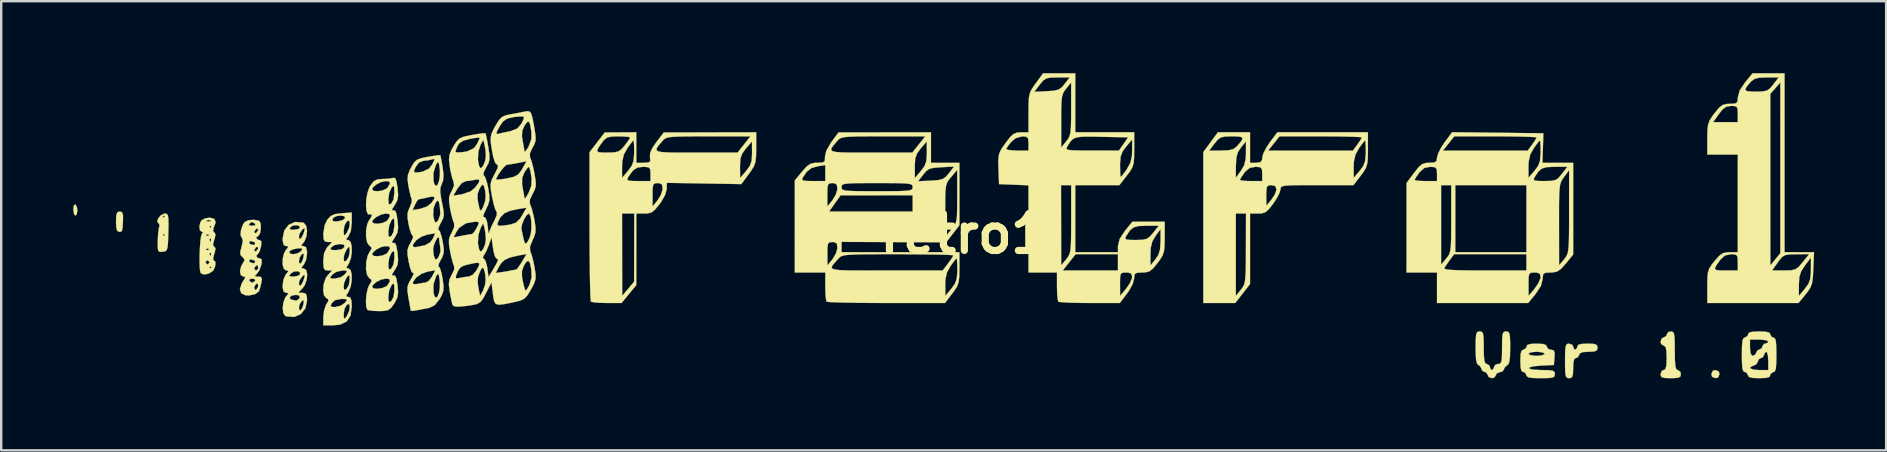
<source format=kicad_pcb>
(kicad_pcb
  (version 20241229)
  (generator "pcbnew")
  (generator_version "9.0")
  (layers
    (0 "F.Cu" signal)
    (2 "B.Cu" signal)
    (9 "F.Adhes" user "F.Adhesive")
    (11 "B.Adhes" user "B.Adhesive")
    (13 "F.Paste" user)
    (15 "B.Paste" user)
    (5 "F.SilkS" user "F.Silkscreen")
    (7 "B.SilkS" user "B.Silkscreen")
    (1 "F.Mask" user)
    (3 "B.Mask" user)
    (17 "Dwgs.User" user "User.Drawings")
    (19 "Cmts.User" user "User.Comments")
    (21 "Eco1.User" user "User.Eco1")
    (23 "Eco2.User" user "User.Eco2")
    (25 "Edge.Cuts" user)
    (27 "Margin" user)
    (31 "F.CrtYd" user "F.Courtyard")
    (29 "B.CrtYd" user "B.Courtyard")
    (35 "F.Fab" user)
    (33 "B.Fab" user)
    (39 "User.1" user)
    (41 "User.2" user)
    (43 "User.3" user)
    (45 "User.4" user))
  (footprint "retro1"
    (layer "F.Cu")
    (at 37.089 6.694)
    (property "Reference" "retro1" (at 0 0 0) (layer "F.SilkS") (effects (font (size 1.524 1.524) (thickness 0.3))))
    (attr through_hole)
    (fp_poly (pts (xy 31.468 5.733) (xy 31.496 5.842) (xy 31.436 5.984) (xy 31.327 6.011) (xy 31.185 5.951) (xy 31.157 5.842) (xy 31.217 5.7) (xy 31.327 5.673) (xy 31.468 5.733)) (stroke (width 0.01) (type solid)) (fill yes) (layer "F.SilkS"))
    (fp_poly (pts (xy -36.999 -1.228) (xy -36.934 -1.111) (xy -36.915 -0.969) (xy -36.944 -0.812) (xy -36.999 -0.762) (xy -37.058 -0.836) (xy -37.084 -1.014) (xy -37.084 -1.021) (xy -37.061 -1.19) (xy -37.002 -1.229) (xy -36.999 -1.228)) (stroke (width 0.01) (type solid)) (fill yes) (layer "F.SilkS"))
    (fp_poly (pts (xy -35.055 -0.902) (xy -35.015 -0.786) (xy -35.015 -0.572) (xy -35.029 -0.298) (xy -35.049 -0.153) (xy -35.088 -0.095) (xy -35.16 -0.085) (xy -35.179 -0.085) (xy -35.259 -0.13) (xy -35.298 -0.287) (xy -35.306 -0.508) (xy -35.296 -0.764) (xy -35.256 -0.892) (xy -35.172 -0.931) (xy -35.152 -0.931) (xy -35.055 -0.902)) (stroke (width 0.01) (type solid)) (fill yes) (layer "F.SilkS"))
    (fp_poly (pts (xy 29.543 4.076) (xy 29.592 4.134) (xy 29.62 4.268) (xy 29.631 4.51) (xy 29.633 4.868) (xy 29.638 5.252) (xy 29.655 5.494) (xy 29.688 5.625) (xy 29.742 5.671) (xy 29.76 5.673) (xy 29.864 5.743) (xy 29.887 5.842) (xy 29.865 5.944) (xy 29.77 5.994) (xy 29.562 6.011) (xy 29.464 6.011) (xy 29.21 6.002) (xy 29.083 5.965) (xy 29.042 5.881) (xy 29.041 5.842) (xy 29.094 5.704) (xy 29.168 5.673) (xy 29.241 5.634) (xy 29.281 5.495) (xy 29.294 5.226) (xy 29.295 5.165) (xy 29.285 4.87) (xy 29.25 4.711) (xy 29.183 4.658) (xy 29.168 4.657) (xy 29.064 4.586) (xy 29.041 4.487) (xy 29.094 4.349) (xy 29.168 4.318) (xy 29.28 4.25) (xy 29.295 4.191) (xy 29.365 4.088) (xy 29.464 4.064) (xy 29.543 4.076)) (stroke (width 0.01) (type solid)) (fill yes) (layer "F.SilkS"))
    (fp_poly (pts (xy 26.247 4.581) (xy 26.373 4.619) (xy 26.414 4.702) (xy 26.416 4.741) (xy 26.391 4.847) (xy 26.288 4.897) (xy 26.062 4.911) (xy 26.035 4.911) (xy 25.784 4.927) (xy 25.669 4.984) (xy 25.654 5.038) (xy 25.586 5.15) (xy 25.527 5.165) (xy 25.447 5.21) (xy 25.408 5.367) (xy 25.4 5.588) (xy 25.391 5.842) (xy 25.353 5.969) (xy 25.27 6.01) (xy 25.231 6.011) (xy 25.148 5.998) (xy 25.098 5.936) (xy 25.072 5.791) (xy 25.062 5.532) (xy 25.061 5.292) (xy 25.064 4.942) (xy 25.079 4.728) (xy 25.113 4.617) (xy 25.174 4.577) (xy 25.231 4.572) (xy 25.369 4.625) (xy 25.4 4.699) (xy 25.446 4.812) (xy 25.485 4.826) (xy 25.56 4.757) (xy 25.569 4.699) (xy 25.615 4.619) (xy 25.772 4.58) (xy 25.993 4.572) (xy 26.247 4.581)) (stroke (width 0.01) (type solid)) (fill yes) (layer "F.SilkS"))
    (fp_poly (pts (xy -33.194 -0.834) (xy -33.147 -0.777) (xy -33.124 -0.642) (xy -33.119 -0.398) (xy -33.126 -0.064) (xy -33.138 0.304) (xy -33.155 0.534) (xy -33.189 0.662) (xy -33.248 0.721) (xy -33.342 0.742) (xy -33.363 0.745) (xy -33.482 0.75) (xy -33.546 0.704) (xy -33.568 0.57) (xy -33.567 0.308) (xy -33.566 0.271) (xy -33.554 0.042) (xy -33.359 0.042) (xy -33.316 0.085) (xy -33.274 0.042) (xy -33.316 0) (xy -33.359 0.042) (xy -33.554 0.042) (xy -33.551 -0.013) (xy -33.523 -0.232) (xy -33.498 -0.318) (xy -33.505 -0.421) (xy -33.54 -0.441) (xy -33.592 -0.522) (xy -33.545 -0.651) (xy -33.485 -0.72) (xy -33.359 -0.72) (xy -33.316 -0.677) (xy -33.274 -0.72) (xy -33.316 -0.762) (xy -33.359 -0.72) (xy -33.485 -0.72) (xy -33.435 -0.777) (xy -33.297 -0.845) (xy -33.271 -0.847) (xy -33.194 -0.834)) (stroke (width 0.01) (type solid)) (fill yes) (layer "F.SilkS"))
    (fp_poly (pts (xy 24.142 4.586) (xy 24.272 4.633) (xy 24.299 4.699) (xy 24.37 4.802) (xy 24.474 4.826) (xy 24.587 4.85) (xy 24.628 4.954) (xy 24.622 5.144) (xy 24.596 5.461) (xy 24.067 5.486) (xy 23.736 5.518) (xy 23.571 5.565) (xy 23.571 5.614) (xy 23.733 5.655) (xy 24.056 5.673) (xy 24.088 5.673) (xy 24.385 5.678) (xy 24.552 5.701) (xy 24.623 5.755) (xy 24.638 5.842) (xy 24.622 5.931) (xy 24.55 5.982) (xy 24.385 6.005) (xy 24.093 6.011) (xy 24.045 6.011) (xy 23.723 6.004) (xy 23.539 5.977) (xy 23.461 5.924) (xy 23.453 5.884) (xy 23.385 5.772) (xy 23.326 5.757) (xy 23.249 5.716) (xy 23.21 5.569) (xy 23.199 5.292) (xy 23.21 5.011) (xy 23.214 4.995) (xy 23.537 4.995) (xy 23.612 5.048) (xy 23.8 5.078) (xy 23.876 5.08) (xy 24.088 5.061) (xy 24.206 5.014) (xy 24.215 4.995) (xy 24.14 4.942) (xy 23.952 4.913) (xy 23.876 4.911) (xy 23.664 4.929) (xy 23.546 4.976) (xy 23.537 4.995) (xy 23.214 4.995) (xy 23.25 4.866) (xy 23.326 4.826) (xy 23.438 4.758) (xy 23.453 4.699) (xy 23.498 4.619) (xy 23.655 4.58) (xy 23.876 4.572) (xy 24.142 4.586)) (stroke (width 0.01) (type solid)) (fill yes) (layer "F.SilkS"))
    (fp_poly (pts (xy 22.69 4.078) (xy 22.741 4.143) (xy 22.766 4.293) (xy 22.775 4.561) (xy 22.775 4.744) (xy 22.768 5.105) (xy 22.741 5.328) (xy 22.691 5.443) (xy 22.648 5.473) (xy 22.536 5.579) (xy 22.521 5.639) (xy 22.451 5.735) (xy 22.352 5.757) (xy 22.214 5.81) (xy 22.183 5.884) (xy 22.112 5.988) (xy 22.013 6.011) (xy 21.875 5.958) (xy 21.844 5.884) (xy 21.776 5.772) (xy 21.717 5.757) (xy 21.605 5.694) (xy 21.59 5.639) (xy 21.522 5.509) (xy 21.463 5.473) (xy 21.396 5.406) (xy 21.356 5.25) (xy 21.338 4.974) (xy 21.336 4.744) (xy 21.34 4.406) (xy 21.356 4.203) (xy 21.393 4.101) (xy 21.46 4.067) (xy 21.505 4.064) (xy 21.59 4.078) (xy 21.64 4.143) (xy 21.666 4.293) (xy 21.674 4.563) (xy 21.675 4.741) (xy 21.681 5.089) (xy 21.702 5.297) (xy 21.745 5.397) (xy 21.802 5.419) (xy 21.914 5.486) (xy 21.929 5.546) (xy 21.974 5.658) (xy 22.013 5.673) (xy 22.088 5.604) (xy 22.098 5.546) (xy 22.169 5.442) (xy 22.267 5.419) (xy 22.352 5.405) (xy 22.402 5.339) (xy 22.428 5.189) (xy 22.436 4.92) (xy 22.437 4.741) (xy 22.44 4.404) (xy 22.456 4.202) (xy 22.494 4.1) (xy 22.561 4.066) (xy 22.606 4.064) (xy 22.69 4.078)) (stroke (width 0.01) (type solid)) (fill yes) (layer "F.SilkS"))
    (fp_poly (pts (xy 33.428 4.075) (xy 33.572 4.115) (xy 33.613 4.191) (xy 33.68 4.303) (xy 33.74 4.318) (xy 33.803 4.349) (xy 33.842 4.461) (xy 33.861 4.683) (xy 33.867 5.038) (xy 33.861 5.397) (xy 33.842 5.618) (xy 33.802 5.728) (xy 33.74 5.757) (xy 33.627 5.825) (xy 33.613 5.884) (xy 33.571 5.961) (xy 33.424 6) (xy 33.147 6.011) (xy 32.866 6) (xy 32.722 5.96) (xy 32.681 5.884) (xy 32.614 5.772) (xy 32.554 5.757) (xy 32.491 5.727) (xy 32.452 5.615) (xy 32.446 5.544) (xy 32.784 5.544) (xy 32.784 5.608) (xy 32.921 5.656) (xy 33.147 5.673) (xy 33.528 5.673) (xy 33.528 5.292) (xy 33.511 5.064) (xy 33.469 4.928) (xy 33.443 4.911) (xy 33.368 4.979) (xy 33.359 5.038) (xy 33.291 5.15) (xy 33.232 5.165) (xy 33.121 5.233) (xy 33.105 5.3) (xy 33.034 5.428) (xy 32.935 5.479) (xy 32.784 5.544) (xy 32.446 5.544) (xy 32.433 5.392) (xy 32.427 5.038) (xy 32.433 4.678) (xy 32.452 4.458) (xy 32.472 4.403) (xy 32.766 4.403) (xy 32.766 4.741) (xy 32.787 4.977) (xy 32.856 5.074) (xy 32.893 5.08) (xy 33.005 5.012) (xy 33.02 4.953) (xy 33.088 4.841) (xy 33.147 4.826) (xy 33.259 4.758) (xy 33.274 4.699) (xy 33.342 4.587) (xy 33.401 4.572) (xy 33.514 4.526) (xy 33.528 4.487) (xy 33.452 4.437) (xy 33.261 4.407) (xy 33.147 4.403) (xy 32.766 4.403) (xy 32.472 4.403) (xy 32.492 4.348) (xy 32.554 4.318) (xy 32.667 4.25) (xy 32.681 4.191) (xy 32.723 4.114) (xy 32.87 4.075) (xy 33.147 4.064) (xy 33.428 4.075)) (stroke (width 0.01) (type solid)) (fill yes) (layer "F.SilkS"))
    (fp_poly (pts (xy -31.208 -0.623) (xy -31.154 -0.476) (xy -31.239 -0.256) (xy -31.264 -0.117) (xy -31.218 -0.07) (xy -31.16 0.021) (xy -31.195 0.196) (xy -31.213 0.246) (xy -31.266 0.438) (xy -31.231 0.525) (xy -31.212 0.533) (xy -31.158 0.602) (xy -31.191 0.768) (xy -31.213 0.833) (xy -31.259 1.011) (xy -31.243 1.099) (xy -31.235 1.101) (xy -31.166 1.165) (xy -31.167 1.314) (xy -31.231 1.483) (xy -31.29 1.56) (xy -31.461 1.663) (xy -31.648 1.692) (xy -31.775 1.635) (xy -31.779 1.63) (xy -31.809 1.496) (xy -31.815 1.397) (xy -31.411 1.397) (xy -31.369 1.439) (xy -31.327 1.397) (xy -31.369 1.355) (xy -31.411 1.397) (xy -31.815 1.397) (xy -31.823 1.25) (xy -31.823 1.185) (xy -31.581 1.185) (xy -31.516 1.268) (xy -31.496 1.27) (xy -31.414 1.206) (xy -31.411 1.185) (xy -31.476 1.103) (xy -31.496 1.101) (xy -31.578 1.165) (xy -31.581 1.185) (xy -31.823 1.185) (xy -31.824 0.939) (xy -31.821 0.847) (xy -31.411 0.847) (xy -31.38 0.916) (xy -31.355 0.903) (xy -31.345 0.803) (xy -31.355 0.79) (xy -31.405 0.802) (xy -31.411 0.847) (xy -31.821 0.847) (xy -31.813 0.621) (xy -31.552 0.621) (xy -31.541 0.671) (xy -31.496 0.677) (xy -31.426 0.646) (xy -31.44 0.621) (xy -31.54 0.611) (xy -31.552 0.621) (xy -31.813 0.621) (xy -31.813 0.609) (xy -31.791 0.309) (xy -31.783 0.254) (xy -31.411 0.254) (xy -31.38 0.324) (xy -31.355 0.31) (xy -31.345 0.21) (xy -31.355 0.198) (xy -31.405 0.209) (xy -31.411 0.254) (xy -31.783 0.254) (xy -31.76 0.084) (xy -31.74 0.028) (xy -31.552 0.028) (xy -31.541 0.079) (xy -31.496 0.085) (xy -31.426 0.054) (xy -31.44 0.028) (xy -31.54 0.018) (xy -31.552 0.028) (xy -31.74 0.028) (xy -31.722 -0.019) (xy -31.671 -0.073) (xy -31.729 -0.083) (xy -31.81 -0.152) (xy -31.829 -0.296) (xy -31.411 -0.296) (xy -31.369 -0.254) (xy -31.327 -0.296) (xy -31.369 -0.339) (xy -31.411 -0.296) (xy -31.829 -0.296) (xy -31.831 -0.31) (xy -31.792 -0.484) (xy -31.764 -0.528) (xy -31.544 -0.528) (xy -31.461 -0.515) (xy -31.351 -0.53) (xy -31.35 -0.559) (xy -31.463 -0.579) (xy -31.512 -0.566) (xy -31.544 -0.528) (xy -31.764 -0.528) (xy -31.733 -0.576) (xy -31.577 -0.652) (xy -31.394 -0.677) (xy -31.208 -0.623)) (stroke (width 0.01) (type solid)) (fill yes) (layer "F.SilkS"))
    (fp_poly (pts (xy 34.205 0.762) (xy 34.819 0.762) (xy 35.433 0.762) (xy 35.405 1.46) (xy 35.385 1.815) (xy 35.351 2.055) (xy 35.285 2.234) (xy 35.171 2.407) (xy 35.082 2.519) (xy 34.787 2.879) (xy 30.988 2.879) (xy 30.988 2.582) (xy 34.803 2.582) (xy 35.052 2.286) (xy 35.2 2.084) (xy 35.275 1.885) (xy 35.302 1.615) (xy 35.304 1.488) (xy 35.306 0.986) (xy 35.054 1.318) (xy 34.896 1.563) (xy 34.821 1.802) (xy 34.803 2.117) (xy 34.803 2.582) (xy 30.988 2.582) (xy 30.988 2.189) (xy 30.992 1.841) (xy 31.014 1.609) (xy 31.066 1.452) (xy 31.302 1.452) (xy 31.374 1.51) (xy 31.591 1.524) (xy 31.745 1.524) (xy 32.258 1.524) (xy 33.686 1.524) (xy 34.186 1.524) (xy 34.472 1.517) (xy 34.653 1.477) (xy 34.793 1.376) (xy 34.957 1.186) (xy 34.957 1.185) (xy 35.229 0.847) (xy 34.696 0.848) (xy 34.402 0.855) (xy 34.22 0.887) (xy 34.093 0.97) (xy 33.965 1.13) (xy 33.925 1.187) (xy 33.686 1.524) (xy 32.258 1.524) (xy 32.258 1.185) (xy 32.249 0.968) (xy 32.194 0.872) (xy 32.053 0.847) (xy 31.978 0.847) (xy 31.722 0.898) (xy 31.529 1.078) (xy 31.528 1.079) (xy 31.358 1.319) (xy 31.302 1.452) (xy 31.066 1.452) (xy 31.07 1.438) (xy 31.176 1.274) (xy 31.29 1.131) (xy 31.484 0.913) (xy 31.644 0.802) (xy 31.828 0.764) (xy 31.925 0.762) (xy 32.258 0.762) (xy 32.258 -3.302) (xy 30.988 -3.302) (xy 30.988 -3.967) (xy 30.993 -4.311) (xy 31.019 -4.543) (xy 31.059 -4.657) (xy 31.231 -4.657) (xy 32.258 -4.657) (xy 32.258 -4.995) (xy 32.249 -5.212) (xy 32.194 -5.308) (xy 32.055 -5.332) (xy 31.983 -5.332) (xy 31.786 -5.302) (xy 31.624 -5.188) (xy 31.469 -4.994) (xy 31.231 -4.657) (xy 31.059 -4.657) (xy 31.082 -4.723) (xy 31.199 -4.907) (xy 31.288 -5.025) (xy 31.474 -5.252) (xy 31.623 -5.37) (xy 31.79 -5.414) (xy 31.923 -5.419) (xy 32.139 -5.429) (xy 32.234 -5.485) (xy 32.258 -5.624) (xy 32.258 -5.68) (xy 32.299 -5.833) (xy 33.613 -5.833) (xy 33.613 -2.26) (xy 33.614 1.312) (xy 33.822 1.058) (xy 34.03 0.804) (xy 34.031 -6.308) (xy 33.822 -6.07) (xy 33.613 -5.833) (xy 32.299 -5.833) (xy 32.336 -5.971) (xy 32.354 -5.999) (xy 32.566 -5.999) (xy 32.655 -5.943) (xy 32.897 -5.927) (xy 33.005 -5.927) (xy 33.293 -5.934) (xy 33.473 -5.972) (xy 33.604 -6.065) (xy 33.734 -6.223) (xy 33.96 -6.519) (xy 33.462 -6.519) (xy 33.155 -6.507) (xy 32.96 -6.458) (xy 32.821 -6.358) (xy 32.793 -6.329) (xy 32.616 -6.119) (xy 32.566 -5.999) (xy 32.354 -5.999) (xy 32.565 -6.315) (xy 32.871 -6.689) (xy 34.205 -6.689) (xy 34.205 0.762)) (stroke (width 0.01) (type solid)) (fill yes) (layer "F.SilkS"))
    (fp_poly (pts (xy -29.365 -0.549) (xy -29.327 -0.528) (xy -29.277 -0.418) (xy -29.271 -0.234) (xy -29.3 -0.047) (xy -29.359 0.072) (xy -29.389 0.085) (xy -29.462 0.149) (xy -29.464 0.169) (xy -29.396 0.245) (xy -29.339 0.254) (xy -29.258 0.295) (xy -29.253 0.444) (xy -29.268 0.529) (xy -29.324 0.725) (xy -29.388 0.83) (xy -29.393 0.833) (xy -29.464 0.915) (xy -29.41 0.998) (xy -29.33 1.016) (xy -29.244 1.051) (xy -29.234 1.183) (xy -29.254 1.291) (xy -29.333 1.516) (xy -29.445 1.671) (xy -29.446 1.672) (xy -29.527 1.752) (xy -29.461 1.777) (xy -29.389 1.778) (xy -29.262 1.797) (xy -29.228 1.886) (xy -29.256 2.053) (xy -29.307 2.261) (xy -29.35 2.388) (xy -29.352 2.391) (xy -29.504 2.508) (xy -29.75 2.563) (xy -29.909 2.559) (xy -30.09 2.473) (xy -30.145 2.298) (xy -30.13 2.254) (xy -29.549 2.254) (xy -29.506 2.337) (xy -29.464 2.328) (xy -29.387 2.206) (xy -29.379 2.149) (xy -29.422 2.065) (xy -29.464 2.074) (xy -29.541 2.196) (xy -29.549 2.254) (xy -30.13 2.254) (xy -30.067 2.058) (xy -30.01 1.966) (xy -29.998 1.947) (xy -29.76 1.947) (xy -29.656 2.029) (xy -29.633 2.032) (xy -29.524 1.971) (xy -29.506 1.947) (xy -29.533 1.881) (xy -29.633 1.863) (xy -29.754 1.894) (xy -29.76 1.947) (xy -29.998 1.947) (xy -29.925 1.83) (xy -29.945 1.783) (xy -30.01 1.778) (xy -30.111 1.711) (xy -30.139 1.548) (xy -30.114 1.444) (xy -29.549 1.444) (xy -29.484 1.522) (xy -29.464 1.524) (xy -29.39 1.455) (xy -29.379 1.392) (xy -29.42 1.304) (xy -29.464 1.312) (xy -29.545 1.421) (xy -29.549 1.444) (xy -30.114 1.444) (xy -30.091 1.345) (xy -30.023 1.226) (xy -29.982 1.15) (xy -29.755 1.15) (xy -29.71 1.19) (xy -29.567 1.225) (xy -29.523 1.211) (xy -29.512 1.136) (xy -29.557 1.096) (xy -29.699 1.061) (xy -29.744 1.075) (xy -29.755 1.15) (xy -29.982 1.15) (xy -29.95 1.089) (xy -30.001 0.996) (xy -30.04 0.965) (xy -30.122 0.874) (xy -30.128 0.739) (xy -30.114 0.687) (xy -29.549 0.687) (xy -29.497 0.733) (xy -29.464 0.72) (xy -29.382 0.608) (xy -29.379 0.583) (xy -29.431 0.537) (xy -29.464 0.55) (xy -29.546 0.662) (xy -29.549 0.687) (xy -30.114 0.687) (xy -30.076 0.542) (xy -30.041 0.388) (xy -29.755 0.388) (xy -29.71 0.428) (xy -29.567 0.463) (xy -29.523 0.449) (xy -29.512 0.374) (xy -29.557 0.334) (xy -29.699 0.299) (xy -29.744 0.313) (xy -29.755 0.388) (xy -30.041 0.388) (xy -30.022 0.304) (xy -30.048 0.18) (xy -30.071 0.161) (xy -30.118 0.045) (xy -30.107 -0.075) (xy -29.549 -0.075) (xy -29.497 -0.029) (xy -29.464 -0.042) (xy -29.382 -0.154) (xy -29.379 -0.179) (xy -29.431 -0.225) (xy -29.464 -0.212) (xy -29.546 -0.1) (xy -29.549 -0.075) (xy -30.107 -0.075) (xy -30.1 -0.153) (xy -30.03 -0.364) (xy -29.777 -0.364) (xy -29.674 -0.339) (xy -29.633 -0.339) (xy -29.499 -0.356) (xy -29.512 -0.42) (xy -29.532 -0.44) (xy -29.647 -0.498) (xy -29.735 -0.44) (xy -29.777 -0.364) (xy -30.03 -0.364) (xy -30.029 -0.366) (xy -29.955 -0.486) (xy -29.8 -0.567) (xy -29.574 -0.589) (xy -29.365 -0.549)) (stroke (width 0.01) (type solid)) (fill yes) (layer "F.SilkS"))
    (fp_poly (pts (xy 11.938 -2.963) (xy 12.192 -2.963) (xy 12.373 -2.986) (xy 12.44 -3.083) (xy 12.446 -3.177) (xy 12.495 -3.358) (xy 12.554 -3.471) (xy 12.693 -3.471) (xy 16.224 -3.471) (xy 16.409 -3.722) (xy 16.531 -3.897) (xy 16.593 -4.009) (xy 16.595 -4.018) (xy 16.514 -4.032) (xy 16.29 -4.044) (xy 15.946 -4.054) (xy 15.509 -4.061) (xy 15.003 -4.064) (xy 14.88 -4.064) (xy 13.166 -4.064) (xy 12.929 -3.768) (xy 12.693 -3.471) (xy 12.554 -3.471) (xy 12.624 -3.607) (xy 12.76 -3.812) (xy 13.075 -4.233) (xy 16.849 -4.233) (xy 16.849 -3.526) (xy 16.845 -3.172) (xy 16.823 -2.933) (xy 16.768 -2.755) (xy 16.666 -2.583) (xy 16.548 -2.425) (xy 16.248 -2.032) (xy 14.728 -2.032) (xy 14.187 -2.031) (xy 13.793 -2.028) (xy 13.522 -2.018) (xy 13.351 -2) (xy 13.257 -1.97) (xy 13.217 -1.927) (xy 13.208 -1.867) (xy 13.208 -1.853) (xy 13.16 -1.69) (xy 13.034 -1.455) (xy 12.904 -1.26) (xy 12.721 -1.027) (xy 12.578 -0.902) (xy 12.422 -0.854) (xy 12.269 -0.847) (xy 11.938 -0.847) (xy 11.938 2.089) (xy 11.323 2.879) (xy 9.991 2.879) (xy 9.991 -0.847) (xy 11.345 -0.847) (xy 11.346 0.868) (xy 11.346 2.582) (xy 11.554 2.328) (xy 11.63 2.23) (xy 11.685 2.129) (xy 11.722 1.998) (xy 11.745 1.808) (xy 11.758 1.532) (xy 11.764 1.142) (xy 11.766 0.614) (xy 11.769 -0.847) (xy 11.345 -0.847) (xy 9.991 -0.847) (xy 9.991 -1.602) (xy 12.615 -1.602) (xy 12.615 -1.172) (xy 12.827 -1.424) (xy 12.966 -1.634) (xy 13.037 -1.827) (xy 13.039 -1.854) (xy 12.993 -1.992) (xy 12.831 -2.032) (xy 12.827 -2.032) (xy 12.702 -2.019) (xy 12.639 -1.95) (xy 12.618 -1.782) (xy 12.615 -1.602) (xy 9.991 -1.602) (xy 9.991 -2.247) (xy 11.515 -2.247) (xy 11.591 -2.222) (xy 11.789 -2.205) (xy 11.98 -2.201) (xy 12.446 -2.201) (xy 12.446 -2.498) (xy 12.433 -2.696) (xy 12.36 -2.778) (xy 12.193 -2.793) (xy 16.256 -2.793) (xy 16.256 -2.335) (xy 16.507 -2.628) (xy 16.657 -2.832) (xy 16.733 -3.036) (xy 16.759 -3.314) (xy 16.761 -3.408) (xy 16.758 -3.669) (xy 16.746 -3.846) (xy 16.733 -3.895) (xy 16.671 -3.832) (xy 16.55 -3.672) (xy 16.479 -3.573) (xy 16.33 -3.303) (xy 16.265 -3.014) (xy 16.256 -2.793) (xy 12.193 -2.793) (xy 12.178 -2.794) (xy 12.166 -2.794) (xy 11.922 -2.748) (xy 11.731 -2.584) (xy 11.7 -2.543) (xy 11.579 -2.368) (xy 11.517 -2.257) (xy 11.515 -2.247) (xy 9.991 -2.247) (xy 9.991 -2.338) (xy 11.345 -2.338) (xy 11.557 -2.625) (xy 11.694 -2.86) (xy 11.757 -3.123) (xy 11.768 -3.382) (xy 11.768 -3.852) (xy 11.56 -3.598) (xy 11.432 -3.405) (xy 11.368 -3.182) (xy 11.349 -2.863) (xy 11.348 -2.841) (xy 11.345 -2.338) (xy 9.991 -2.338) (xy 9.991 -3.406) (xy 10.038 -3.471) (xy 10.236 -3.471) (xy 10.734 -3.471) (xy 11.041 -3.484) (xy 11.236 -3.532) (xy 11.375 -3.632) (xy 11.403 -3.662) (xy 11.58 -3.871) (xy 11.63 -3.992) (xy 11.541 -4.048) (xy 11.299 -4.063) (xy 11.191 -4.064) (xy 10.903 -4.057) (xy 10.723 -4.019) (xy 10.592 -3.925) (xy 10.462 -3.768) (xy 10.236 -3.471) (xy 10.038 -3.471) (xy 10.294 -3.82) (xy 10.598 -4.233) (xy 11.938 -4.233) (xy 11.938 -2.963)) (stroke (width 0.01) (type solid)) (fill yes) (layer "F.SilkS"))
    (fp_poly (pts (xy -27.529 -0.473) (xy -27.481 -0.457) (xy -27.384 -0.339) (xy -27.348 -0.129) (xy -27.374 0.112) (xy -27.459 0.318) (xy -27.487 0.353) (xy -27.58 0.468) (xy -27.555 0.505) (xy -27.487 0.508) (xy -27.389 0.555) (xy -27.35 0.721) (xy -27.347 0.819) (xy -27.385 1.071) (xy -27.476 1.271) (xy -27.487 1.284) (xy -27.58 1.399) (xy -27.555 1.436) (xy -27.487 1.439) (xy -27.382 1.508) (xy -27.341 1.681) (xy -27.361 1.905) (xy -27.441 2.129) (xy -27.531 2.259) (xy -27.716 2.455) (xy -27.531 2.455) (xy -27.41 2.481) (xy -27.357 2.588) (xy -27.347 2.779) (xy -27.418 3.104) (xy -27.605 3.339) (xy -27.874 3.459) (xy -28.189 3.439) (xy -28.258 3.415) (xy -28.336 3.303) (xy -28.36 3.097) (xy -28.356 3.059) (xy -27.684 3.059) (xy -27.674 3.168) (xy -27.612 3.182) (xy -27.611 3.181) (xy -27.54 3.071) (xy -27.496 2.922) (xy -27.482 2.779) (xy -27.533 2.775) (xy -27.571 2.804) (xy -27.647 2.917) (xy -27.684 3.059) (xy -28.356 3.059) (xy -28.334 2.86) (xy -28.259 2.659) (xy -28.247 2.643) (xy -28.074 2.643) (xy -28.038 2.721) (xy -28.004 2.738) (xy -27.79 2.782) (xy -27.669 2.697) (xy -27.655 2.667) (xy -27.666 2.568) (xy -27.811 2.54) (xy -27.987 2.571) (xy -28.074 2.643) (xy -28.247 2.643) (xy -28.223 2.61) (xy -28.13 2.495) (xy -28.156 2.458) (xy -28.223 2.455) (xy -28.321 2.408) (xy -28.361 2.243) (xy -28.363 2.144) (xy -28.351 2.059) (xy -27.686 2.059) (xy -27.66 2.166) (xy -27.595 2.134) (xy -27.514 1.984) (xy -27.472 1.863) (xy -27.437 1.721) (xy -27.479 1.715) (xy -27.547 1.768) (xy -27.663 1.942) (xy -27.686 2.059) (xy -28.351 2.059) (xy -28.326 1.892) (xy -28.256 1.739) (xy -28.091 1.739) (xy -28.041 1.774) (xy -27.921 1.778) (xy -27.734 1.749) (xy -27.643 1.693) (xy -27.642 1.598) (xy -27.745 1.554) (xy -27.892 1.57) (xy -28.007 1.639) (xy -28.091 1.739) (xy -28.256 1.739) (xy -28.235 1.693) (xy -28.223 1.679) (xy -28.13 1.564) (xy -28.156 1.527) (xy -28.223 1.524) (xy -28.318 1.452) (xy -28.364 1.273) (xy -28.362 1.112) (xy -27.684 1.112) (xy -27.674 1.221) (xy -27.612 1.234) (xy -27.611 1.234) (xy -27.54 1.123) (xy -27.496 0.974) (xy -27.482 0.832) (xy -27.533 0.828) (xy -27.571 0.856) (xy -27.647 0.969) (xy -27.684 1.112) (xy -28.362 1.112) (xy -28.361 1.043) (xy -28.31 0.817) (xy -28.267 0.741) (xy -28.089 0.741) (xy -28.056 0.822) (xy -27.927 0.846) (xy -27.76 0.816) (xy -27.616 0.734) (xy -27.596 0.713) (xy -27.542 0.626) (xy -27.601 0.597) (xy -27.77 0.607) (xy -27.972 0.655) (xy -28.085 0.732) (xy -28.089 0.741) (xy -28.267 0.741) (xy -28.223 0.663) (xy -28.13 0.548) (xy -28.156 0.511) (xy -28.223 0.508) (xy -28.32 0.463) (xy -28.36 0.303) (xy -28.363 0.184) (xy -28.348 0.112) (xy -27.686 0.112) (xy -27.66 0.219) (xy -27.595 0.187) (xy -27.514 0.036) (xy -27.472 -0.084) (xy -27.437 -0.226) (xy -27.479 -0.232) (xy -27.547 -0.179) (xy -27.663 -0.005) (xy -27.686 0.112) (xy -28.348 0.112) (xy -28.295 -0.144) (xy -28.25 -0.201) (xy -28.074 -0.201) (xy -27.981 -0.171) (xy -27.913 -0.169) (xy -27.732 -0.196) (xy -27.65 -0.244) (xy -27.662 -0.323) (xy -27.774 -0.361) (xy -27.92 -0.351) (xy -28.032 -0.288) (xy -28.074 -0.201) (xy -28.25 -0.201) (xy -28.111 -0.379) (xy -27.845 -0.497) (xy -27.529 -0.473)) (stroke (width 0.01) (type solid)) (fill yes) (layer "F.SilkS"))
    (fp_poly (pts (xy -8.636 -3.573) (xy -8.641 -3.23) (xy -8.668 -2.996) (xy -8.734 -2.811) (xy -8.857 -2.615) (xy -8.945 -2.494) (xy -9.254 -2.074) (xy -10.807 -2.101) (xy -12.361 -2.127) (xy -12.361 -1.88) (xy -12.424 -1.635) (xy -12.596 -1.33) (xy -12.662 -1.24) (xy -12.847 -1.014) (xy -12.996 -0.895) (xy -13.163 -0.852) (xy -13.297 -0.847) (xy -13.631 -0.847) (xy -13.631 2.131) (xy -13.938 2.505) (xy -14.244 2.879) (xy -14.855 2.879) (xy -15.162 2.871) (xy -15.399 2.852) (xy -15.519 2.825) (xy -15.522 2.822) (xy -15.535 2.727) (xy -15.547 2.483) (xy -15.557 2.107) (xy -15.566 1.62) (xy -15.573 1.04) (xy -15.577 0.387) (xy -15.579 -0.318) (xy -15.579 -0.847) (xy -14.224 -0.847) (xy -14.222 0.868) (xy -14.219 2.582) (xy -13.97 2.286) (xy -13.721 1.99) (xy -13.716 -0.847) (xy -14.224 -0.847) (xy -15.579 -0.847) (xy -15.579 -1.63) (xy -12.954 -1.63) (xy -12.953 -1.143) (xy -12.745 -1.397) (xy -12.605 -1.626) (xy -12.535 -1.856) (xy -12.534 -1.884) (xy -12.559 -2.055) (xy -12.671 -2.113) (xy -12.742 -2.117) (xy -12.862 -2.105) (xy -12.925 -2.044) (xy -12.95 -1.893) (xy -12.954 -1.63) (xy -15.579 -1.63) (xy -15.579 -2.268) (xy -14.006 -2.268) (xy -13.959 -2.223) (xy -13.802 -2.205) (xy -13.55 -2.201) (xy -13.039 -2.201) (xy -13.039 -2.498) (xy -13.051 -2.694) (xy -13.122 -2.776) (xy -13.302 -2.794) (xy -13.347 -2.794) (xy -13.582 -2.764) (xy -13.761 -2.65) (xy -13.934 -2.418) (xy -13.974 -2.349) (xy -14.006 -2.268) (xy -15.579 -2.268) (xy -15.579 -2.793) (xy -14.224 -2.793) (xy -14.224 -2.335) (xy -13.973 -2.628) (xy -13.823 -2.832) (xy -13.808 -2.871) (xy -9.31 -2.871) (xy -9.31 -2.797) (xy -9.306 -2.328) (xy -9.056 -2.621) (xy -8.904 -2.828) (xy -8.83 -3.032) (xy -8.809 -3.31) (xy -8.809 -3.383) (xy -8.812 -3.852) (xy -9.063 -3.559) (xy -9.215 -3.353) (xy -9.289 -3.149) (xy -9.31 -2.871) (xy -13.808 -2.871) (xy -13.747 -3.036) (xy -13.721 -3.314) (xy -13.719 -3.408) (xy -13.722 -3.669) (xy -13.734 -3.846) (xy -13.747 -3.895) (xy -13.809 -3.832) (xy -13.93 -3.672) (xy -14.001 -3.573) (xy -14.15 -3.303) (xy -14.215 -3.014) (xy -14.224 -2.793) (xy -15.579 -2.793) (xy -15.579 -3.402) (xy -15.535 -3.459) (xy -15.266 -3.459) (xy -15.197 -3.401) (xy -14.989 -3.387) (xy -14.843 -3.387) (xy -14.556 -3.395) (xy -14.376 -3.436) (xy -14.24 -3.536) (xy -14.118 -3.678) (xy -13.977 -3.865) (xy -13.894 -3.993) (xy -13.885 -4.017) (xy -13.962 -4.042) (xy -14.161 -4.059) (xy -14.377 -4.064) (xy -14.667 -4.055) (xy -14.844 -4.014) (xy -14.966 -3.922) (xy -15.039 -3.831) (xy -15.208 -3.592) (xy -15.266 -3.459) (xy -15.535 -3.459) (xy -14.944 -4.226) (xy -14.287 -4.23) (xy -13.631 -4.233) (xy -13.631 -2.963) (xy -13.325 -2.963) (xy -13.125 -2.974) (xy -13.05 -3.031) (xy -13.059 -3.171) (xy -13.062 -3.188) (xy -13.056 -3.372) (xy -12.995 -3.504) (xy -12.794 -3.504) (xy -12.739 -3.446) (xy -12.586 -3.411) (xy -12.319 -3.393) (xy -11.921 -3.387) (xy -11.377 -3.387) (xy -11.144 -3.387) (xy -9.412 -3.387) (xy -9.144 -3.725) (xy -8.876 -4.064) (xy -10.626 -4.064) (xy -11.213 -4.063) (xy -11.654 -4.06) (xy -11.973 -4.051) (xy -12.194 -4.035) (xy -12.339 -4.01) (xy -12.433 -3.972) (xy -12.499 -3.919) (xy -12.54 -3.873) (xy -12.678 -3.712) (xy -12.768 -3.591) (xy -12.794 -3.504) (xy -12.995 -3.504) (xy -12.956 -3.59) (xy -12.797 -3.819) (xy -12.488 -4.224) (xy -10.562 -4.229) (xy -8.636 -4.233) (xy -8.636 -3.573)) (stroke (width 0.01) (type solid)) (fill yes) (layer "F.SilkS"))
    (fp_poly (pts (xy -25.485 -0.472) (xy -25.522 -0.12) (xy -25.625 0.099) (xy -25.718 0.214) (xy -25.692 0.251) (xy -25.625 0.254) (xy -25.536 0.327) (xy -25.488 0.513) (xy -25.483 0.759) (xy -25.52 1.013) (xy -25.599 1.224) (xy -25.616 1.251) (xy -25.701 1.387) (xy -25.681 1.435) (xy -25.616 1.439) (xy -25.53 1.513) (xy -25.487 1.698) (xy -25.487 1.943) (xy -25.53 2.196) (xy -25.615 2.407) (xy -25.621 2.416) (xy -25.709 2.563) (xy -25.697 2.617) (xy -25.621 2.625) (xy -25.536 2.663) (xy -25.494 2.802) (xy -25.485 3.033) (xy -25.536 3.405) (xy -25.696 3.651) (xy -25.976 3.782) (xy -26.273 3.81) (xy -26.67 3.81) (xy -26.67 3.468) (xy -26.654 3.334) (xy -25.821 3.334) (xy -25.813 3.507) (xy -25.777 3.532) (xy -25.694 3.434) (xy -25.593 3.215) (xy -25.569 3.064) (xy -25.585 2.925) (xy -25.652 2.929) (xy -25.696 2.963) (xy -25.786 3.119) (xy -25.821 3.334) (xy -26.654 3.334) (xy -26.638 3.194) (xy -26.571 2.999) (xy -26.369 2.999) (xy -26.309 3.043) (xy -26.176 3.048) (xy -25.938 2.989) (xy -25.781 2.879) (xy -25.688 2.765) (xy -25.712 2.718) (xy -25.877 2.709) (xy -25.917 2.709) (xy -26.184 2.761) (xy -26.312 2.879) (xy -26.369 2.999) (xy -26.571 2.999) (xy -26.558 2.958) (xy -26.54 2.928) (xy -26.457 2.781) (xy -26.477 2.71) (xy -26.54 2.68) (xy -26.641 2.56) (xy -26.677 2.343) (xy -26.662 2.186) (xy -25.823 2.186) (xy -25.808 2.325) (xy -25.741 2.32) (xy -25.696 2.286) (xy -25.606 2.131) (xy -25.572 1.916) (xy -25.58 1.742) (xy -25.616 1.718) (xy -25.699 1.815) (xy -25.8 2.034) (xy -25.823 2.186) (xy -26.662 2.186) (xy -26.652 2.084) (xy -26.57 1.842) (xy -26.549 1.812) (xy -26.385 1.812) (xy -26.355 1.856) (xy -26.188 1.863) (xy -25.934 1.802) (xy -25.781 1.693) (xy -25.685 1.575) (xy -25.715 1.53) (xy -25.882 1.524) (xy -26.136 1.585) (xy -26.289 1.693) (xy -26.385 1.812) (xy -26.549 1.812) (xy -26.486 1.72) (xy -26.302 1.524) (xy -26.486 1.524) (xy -26.598 1.504) (xy -26.653 1.415) (xy -26.669 1.214) (xy -26.67 1.127) (xy -26.658 1.005) (xy -25.821 1.005) (xy -25.807 1.141) (xy -25.738 1.133) (xy -25.696 1.101) (xy -25.605 0.945) (xy -25.569 0.735) (xy -25.576 0.564) (xy -25.612 0.543) (xy -25.694 0.64) (xy -25.795 0.856) (xy -25.821 1.005) (xy -26.658 1.005) (xy -26.637 0.806) (xy -26.553 0.635) (xy -26.378 0.635) (xy -26.309 0.671) (xy -26.139 0.677) (xy -25.9 0.641) (xy -25.793 0.55) (xy -25.801 0.457) (xy -25.943 0.424) (xy -25.985 0.423) (xy -26.199 0.466) (xy -26.331 0.55) (xy -26.378 0.635) (xy -26.553 0.635) (xy -26.526 0.581) (xy -26.486 0.535) (xy -26.302 0.339) (xy -26.486 0.339) (xy -26.604 0.315) (xy -26.658 0.215) (xy -26.67 -0.008) (xy -26.649 -0.138) (xy -25.821 -0.138) (xy -25.813 0.036) (xy -25.777 0.06) (xy -25.694 -0.037) (xy -25.593 -0.256) (xy -25.569 -0.408) (xy -25.585 -0.547) (xy -25.652 -0.542) (xy -25.696 -0.508) (xy -25.786 -0.353) (xy -25.821 -0.138) (xy -26.649 -0.138) (xy -26.614 -0.358) (xy -26.526 -0.541) (xy -26.282 -0.541) (xy -26.17 -0.517) (xy -26.062 -0.524) (xy -25.866 -0.572) (xy -25.76 -0.653) (xy -25.759 -0.656) (xy -25.795 -0.735) (xy -25.928 -0.765) (xy -26.096 -0.747) (xy -26.235 -0.685) (xy -26.279 -0.63) (xy -26.282 -0.541) (xy -26.526 -0.541) (xy -26.501 -0.593) (xy -26.361 -0.745) (xy -26.181 -0.825) (xy -25.908 -0.86) (xy -25.485 -0.889) (xy -25.485 -0.472)) (stroke (width 0.01) (type solid)) (fill yes) (layer "F.SilkS"))
    (fp_poly (pts (xy 24.159 -4.191) (xy 24.139 -3.577) (xy 24.119 -2.963) (xy 24.759 -2.963) (xy 25.4 -2.963) (xy 25.4 0.861) (xy 25.093 1.235) (xy 24.898 1.454) (xy 24.738 1.567) (xy 24.557 1.606) (xy 24.458 1.609) (xy 24.246 1.619) (xy 24.153 1.677) (xy 24.13 1.823) (xy 24.13 1.875) (xy 24.057 2.164) (xy 23.833 2.504) (xy 23.828 2.51) (xy 23.526 2.879) (xy 19.727 2.879) (xy 19.727 2.049) (xy 23.539 2.049) (xy 23.54 2.095) (xy 23.542 2.582) (xy 23.791 2.286) (xy 23.945 2.064) (xy 24.034 1.858) (xy 24.043 1.799) (xy 24.013 1.662) (xy 23.886 1.612) (xy 23.791 1.609) (xy 23.649 1.616) (xy 23.573 1.664) (xy 23.544 1.795) (xy 23.539 2.049) (xy 19.727 2.049) (xy 19.727 1.609) (xy 18.457 1.609) (xy 18.457 1.418) (xy 20.034 1.418) (xy 20.046 1.455) (xy 20.143 1.483) (xy 20.342 1.502) (xy 20.66 1.515) (xy 21.113 1.522) (xy 21.712 1.524) (xy 23.453 1.524) (xy 23.453 0.847) (xy 20.437 0.847) (xy 20.267 1.079) (xy 20.131 1.271) (xy 20.036 1.415) (xy 20.034 1.418) (xy 18.457 1.418) (xy 18.457 -2.032) (xy 19.897 -2.032) (xy 19.897 1.283) (xy 20.108 1.031) (xy 20.186 0.933) (xy 20.242 0.833) (xy 20.28 0.702) (xy 20.303 0.513) (xy 20.315 0.237) (xy 20.319 -0.155) (xy 20.32 -0.626) (xy 20.32 -2.032) (xy 20.489 -2.032) (xy 20.489 0.762) (xy 23.453 0.762) (xy 23.453 -0.789) (xy 24.81 -0.789) (xy 24.81 -0.386) (xy 24.813 1.312) (xy 25.022 1.058) (xy 25.092 0.968) (xy 25.144 0.877) (xy 25.181 0.758) (xy 25.206 0.589) (xy 25.22 0.342) (xy 25.227 -0.005) (xy 25.23 -0.478) (xy 25.23 -0.927) (xy 25.231 -2.658) (xy 25.019 -2.371) (xy 24.947 -2.269) (xy 24.894 -2.168) (xy 24.856 -2.043) (xy 24.832 -1.869) (xy 24.818 -1.618) (xy 24.811 -1.267) (xy 24.81 -0.789) (xy 23.453 -0.789) (xy 23.453 -2.032) (xy 20.489 -2.032) (xy 20.32 -2.032) (xy 19.897 -2.032) (xy 18.457 -2.032) (xy 18.457 -2.121) (xy 18.551 -2.247) (xy 18.796 -2.247) (xy 18.873 -2.222) (xy 19.07 -2.205) (xy 19.262 -2.201) (xy 19.727 -2.201) (xy 19.727 -2.267) (xy 23.755 -2.267) (xy 23.803 -2.223) (xy 23.962 -2.204) (xy 24.202 -2.201) (xy 24.489 -2.209) (xy 24.669 -2.247) (xy 24.799 -2.341) (xy 24.929 -2.498) (xy 25.155 -2.794) (xy 24.63 -2.794) (xy 24.31 -2.782) (xy 24.101 -2.726) (xy 23.948 -2.596) (xy 23.795 -2.363) (xy 23.787 -2.349) (xy 23.755 -2.267) (xy 19.727 -2.267) (xy 19.727 -2.498) (xy 19.714 -2.696) (xy 19.641 -2.778) (xy 19.474 -2.793) (xy 23.537 -2.793) (xy 23.537 -2.335) (xy 23.788 -2.628) (xy 23.939 -2.832) (xy 24.015 -3.036) (xy 24.04 -3.314) (xy 24.042 -3.408) (xy 24.039 -3.669) (xy 24.028 -3.846) (xy 24.015 -3.895) (xy 23.953 -3.832) (xy 23.831 -3.672) (xy 23.761 -3.573) (xy 23.611 -3.303) (xy 23.546 -3.014) (xy 23.537 -2.793) (xy 19.474 -2.793) (xy 19.459 -2.794) (xy 19.447 -2.794) (xy 19.204 -2.748) (xy 19.013 -2.584) (xy 18.981 -2.543) (xy 18.86 -2.368) (xy 18.798 -2.257) (xy 18.796 -2.247) (xy 18.551 -2.247) (xy 18.772 -2.542) (xy 18.96 -2.779) (xy 19.107 -2.906) (xy 19.261 -2.956) (xy 19.407 -2.963) (xy 19.617 -2.976) (xy 19.708 -3.037) (xy 19.727 -3.177) (xy 19.777 -3.358) (xy 19.835 -3.471) (xy 19.974 -3.471) (xy 23.505 -3.471) (xy 23.691 -3.722) (xy 23.812 -3.897) (xy 23.874 -4.009) (xy 23.876 -4.018) (xy 23.796 -4.032) (xy 23.571 -4.044) (xy 23.227 -4.054) (xy 22.79 -4.061) (xy 22.284 -4.064) (xy 22.162 -4.064) (xy 20.447 -4.064) (xy 19.974 -3.471) (xy 19.835 -3.471) (xy 19.905 -3.607) (xy 20.043 -3.814) (xy 20.358 -4.236) (xy 24.159 -4.191)) (stroke (width 0.01) (type solid)) (fill yes) (layer "F.SilkS"))
    (fp_poly (pts (xy -23.683 -2.327) (xy -23.628 -2.213) (xy -23.583 -1.962) (xy -23.577 -1.916) (xy -23.553 -1.621) (xy -23.578 -1.422) (xy -23.665 -1.247) (xy -23.703 -1.191) (xy -23.806 -1.024) (xy -23.793 -0.972) (xy -23.761 -0.981) (xy -23.682 -0.972) (xy -23.627 -0.853) (xy -23.582 -0.597) (xy -23.577 -0.562) (xy -23.553 -0.267) (xy -23.578 -0.067) (xy -23.665 0.108) (xy -23.703 0.164) (xy -23.806 0.331) (xy -23.793 0.382) (xy -23.761 0.374) (xy -23.682 0.383) (xy -23.627 0.501) (xy -23.582 0.758) (xy -23.577 0.793) (xy -23.553 1.088) (xy -23.578 1.288) (xy -23.665 1.463) (xy -23.703 1.519) (xy -23.806 1.685) (xy -23.793 1.737) (xy -23.761 1.729) (xy -23.682 1.738) (xy -23.626 1.857) (xy -23.582 2.115) (xy -23.578 2.141) (xy -23.554 2.437) (xy -23.584 2.646) (xy -23.68 2.846) (xy -23.72 2.908) (xy -23.853 3.092) (xy -23.985 3.183) (xy -24.183 3.213) (xy -24.349 3.216) (xy -24.606 3.207) (xy -24.788 3.181) (xy -24.836 3.161) (xy -24.885 3.019) (xy -24.894 2.777) (xy -24.878 2.609) (xy -23.961 2.609) (xy -23.95 2.795) (xy -23.907 2.84) (xy -23.834 2.794) (xy -23.744 2.63) (xy -23.709 2.36) (xy -23.709 2.339) (xy -23.716 2.126) (xy -23.742 2.059) (xy -23.805 2.113) (xy -23.836 2.154) (xy -23.924 2.353) (xy -23.961 2.605) (xy -23.961 2.609) (xy -24.878 2.609) (xy -24.868 2.501) (xy -24.812 2.253) (xy -24.79 2.206) (xy -24.638 2.206) (xy -24.569 2.273) (xy -24.405 2.287) (xy -24.209 2.255) (xy -24.043 2.183) (xy -23.994 2.138) (xy -23.891 1.967) (xy -23.925 1.882) (xy -24.069 1.863) (xy -24.267 1.906) (xy -24.468 2.009) (xy -24.609 2.135) (xy -24.638 2.206) (xy -24.79 2.206) (xy -24.753 2.125) (xy -24.662 1.977) (xy -24.677 1.898) (xy -24.753 1.848) (xy -24.847 1.709) (xy -24.891 1.469) (xy -24.885 1.254) (xy -23.961 1.254) (xy -23.95 1.44) (xy -23.907 1.486) (xy -23.834 1.439) (xy -23.744 1.275) (xy -23.709 1.006) (xy -23.709 0.984) (xy -23.716 0.772) (xy -23.742 0.705) (xy -23.805 0.759) (xy -23.836 0.799) (xy -23.924 0.999) (xy -23.961 1.25) (xy -23.961 1.254) (xy -24.885 1.254) (xy -24.883 1.185) (xy -24.825 0.918) (xy -24.793 0.851) (xy -24.638 0.851) (xy -24.569 0.918) (xy -24.405 0.932) (xy -24.209 0.9) (xy -24.043 0.828) (xy -23.994 0.783) (xy -23.891 0.612) (xy -23.925 0.528) (xy -24.069 0.508) (xy -24.267 0.551) (xy -24.468 0.655) (xy -24.609 0.78) (xy -24.638 0.851) (xy -24.793 0.851) (xy -24.753 0.77) (xy -24.662 0.622) (xy -24.677 0.544) (xy -24.753 0.493) (xy -24.844 0.358) (xy -24.889 0.121) (xy -24.887 -0.1) (xy -23.961 -0.1) (xy -23.95 0.085) (xy -23.907 0.131) (xy -23.834 0.085) (xy -23.744 -0.08) (xy -23.709 -0.349) (xy -23.709 -0.37) (xy -23.716 -0.583) (xy -23.742 -0.65) (xy -23.805 -0.596) (xy -23.836 -0.555) (xy -23.924 -0.356) (xy -23.961 -0.105) (xy -23.961 -0.1) (xy -24.887 -0.1) (xy -24.887 -0.156) (xy -24.837 -0.413) (xy -24.793 -0.503) (xy -24.638 -0.503) (xy -24.569 -0.436) (xy -24.405 -0.422) (xy -24.209 -0.455) (xy -24.043 -0.526) (xy -23.994 -0.572) (xy -23.891 -0.743) (xy -23.925 -0.827) (xy -24.069 -0.847) (xy -24.267 -0.804) (xy -24.468 -0.7) (xy -24.609 -0.575) (xy -24.638 -0.503) (xy -24.793 -0.503) (xy -24.768 -0.555) (xy -24.667 -0.718) (xy -24.645 -0.816) (xy -24.711 -0.811) (xy -24.714 -0.81) (xy -24.808 -0.817) (xy -24.867 -0.95) (xy -24.891 -1.168) (xy -24.879 -1.433) (xy -24.875 -1.455) (xy -23.961 -1.455) (xy -23.95 -1.269) (xy -23.907 -1.224) (xy -23.834 -1.27) (xy -23.744 -1.434) (xy -23.709 -1.704) (xy -23.709 -1.725) (xy -23.716 -1.938) (xy -23.742 -2.005) (xy -23.805 -1.951) (xy -23.836 -1.91) (xy -23.924 -1.711) (xy -23.961 -1.459) (xy -23.961 -1.455) (xy -24.875 -1.455) (xy -24.832 -1.703) (xy -24.778 -1.858) (xy -24.638 -1.858) (xy -24.569 -1.791) (xy -24.405 -1.777) (xy -24.209 -1.809) (xy -24.043 -1.881) (xy -23.994 -1.926) (xy -23.891 -2.097) (xy -23.925 -2.182) (xy -24.069 -2.201) (xy -24.267 -2.158) (xy -24.468 -2.055) (xy -24.609 -1.929) (xy -24.638 -1.858) (xy -24.778 -1.858) (xy -24.749 -1.939) (xy -24.716 -2.001) (xy -24.57 -2.193) (xy -24.405 -2.273) (xy -24.215 -2.286) (xy -23.968 -2.298) (xy -23.782 -2.328) (xy -23.763 -2.335) (xy -23.683 -2.327)) (stroke (width 0.01) (type solid)) (fill yes) (layer "F.SilkS"))
    (fp_poly (pts (xy -21.775 -3.192) (xy -21.735 -2.987) (xy -21.699 -2.781) (xy -21.66 -2.45) (xy -21.68 -2.22) (xy -21.731 -2.088) (xy -21.788 -1.94) (xy -21.799 -1.764) (xy -21.765 -1.506) (xy -21.725 -1.308) (xy -21.666 -1) (xy -21.648 -0.799) (xy -21.677 -0.649) (xy -21.756 -0.491) (xy -21.776 -0.456) (xy -21.864 -0.277) (xy -21.88 -0.177) (xy -21.867 -0.169) (xy -21.81 -0.093) (xy -21.745 0.104) (xy -21.698 0.318) (xy -21.652 0.611) (xy -21.656 0.807) (xy -21.715 0.974) (xy -21.775 1.079) (xy -21.863 1.253) (xy -21.876 1.349) (xy -21.863 1.355) (xy -21.808 1.431) (xy -21.747 1.63) (xy -21.701 1.863) (xy -21.661 2.162) (xy -21.667 2.365) (xy -21.729 2.544) (xy -21.817 2.703) (xy -22.022 2.963) (xy -22.253 3.081) (xy -22.268 3.084) (xy -22.554 3.139) (xy -22.775 3.182) (xy -22.952 3.206) (xy -23.029 3.198) (xy -23.029 3.197) (xy -23.044 3.103) (xy -23.08 2.892) (xy -23.119 2.679) (xy -23.164 2.39) (xy -23.16 2.196) (xy -23.128 2.107) (xy -22.081 2.107) (xy -22.079 2.452) (xy -22.042 2.586) (xy -21.977 2.663) (xy -21.909 2.608) (xy -21.851 2.456) (xy -21.815 2.243) (xy -21.814 2.004) (xy -21.82 1.953) (xy -21.853 1.733) (xy -21.886 1.66) (xy -21.938 1.714) (xy -21.981 1.789) (xy -22.081 2.107) (xy -23.128 2.107) (xy -23.112 2.063) (xy -22.943 2.063) (xy -22.876 2.101) (xy -22.754 2.085) (xy -22.535 2.043) (xy -22.418 2.033) (xy -22.283 1.963) (xy -22.149 1.794) (xy -22.138 1.773) (xy -22.004 1.515) (xy -22.326 1.572) (xy -22.584 1.664) (xy -22.803 1.82) (xy -22.93 1.998) (xy -22.943 2.063) (xy -23.112 2.063) (xy -23.098 2.026) (xy -23.018 1.887) (xy -22.923 1.714) (xy -22.9 1.632) (xy -22.918 1.634) (xy -22.986 1.592) (xy -23.058 1.396) (xy -23.109 1.179) (xy -23.16 0.882) (xy -23.164 0.685) (xy -23.154 0.649) (xy -22.095 0.649) (xy -22.072 0.872) (xy -22.042 0.979) (xy -21.99 1.075) (xy -21.923 1.036) (xy -21.867 0.964) (xy -21.789 0.738) (xy -21.796 0.561) (xy -21.833 0.334) (xy -21.847 0.18) (xy -21.874 0.127) (xy -21.936 0.191) (xy -22.008 0.329) (xy -22.069 0.496) (xy -22.095 0.649) (xy -23.154 0.649) (xy -23.117 0.524) (xy -23.11 0.509) (xy -22.945 0.509) (xy -22.877 0.553) (xy -22.797 0.548) (xy -22.597 0.507) (xy -22.43 0.473) (xy -22.221 0.356) (xy -22.109 0.202) (xy -22.006 -0.023) (xy -22.327 0.028) (xy -22.578 0.114) (xy -22.796 0.263) (xy -22.928 0.434) (xy -22.945 0.509) (xy -23.11 0.509) (xy -23.037 0.376) (xy -22.947 0.195) (xy -22.928 0.093) (xy -22.942 0.085) (xy -22.999 0.009) (xy -23.067 -0.186) (xy -23.113 -0.376) (xy -23.162 -0.672) (xy -23.16 -0.767) (xy -22.092 -0.767) (xy -22.045 -0.553) (xy -21.993 -0.469) (xy -21.923 -0.519) (xy -21.874 -0.584) (xy -21.797 -0.809) (xy -21.813 -1.109) (xy -21.853 -1.323) (xy -21.895 -1.394) (xy -21.957 -1.344) (xy -21.984 -1.309) (xy -22.078 -1.069) (xy -22.092 -0.767) (xy -23.16 -0.767) (xy -23.157 -0.877) (xy -23.116 -0.993) (xy -22.952 -0.993) (xy -22.633 -1.044) (xy -22.355 -1.139) (xy -22.165 -1.289) (xy -22.043 -1.469) (xy -22.048 -1.549) (xy -22.193 -1.546) (xy -22.331 -1.517) (xy -22.548 -1.469) (xy -22.685 -1.443) (xy -22.698 -1.441) (xy -22.765 -1.372) (xy -22.85 -1.216) (xy -22.952 -0.993) (xy -23.116 -0.993) (xy -23.092 -1.061) (xy -23.073 -1.098) (xy -22.994 -1.293) (xy -22.98 -1.426) (xy -22.984 -1.435) (xy -23.026 -1.556) (xy -23.081 -1.784) (xy -23.116 -1.96) (xy -23.159 -2.248) (xy -23.145 -2.456) (xy -23.108 -2.55) (xy -22.081 -2.55) (xy -22.079 -2.205) (xy -22.042 -2.071) (xy -21.977 -1.993) (xy -21.909 -2.049) (xy -21.851 -2.201) (xy -21.815 -2.414) (xy -21.814 -2.652) (xy -21.82 -2.704) (xy -21.853 -2.924) (xy -21.886 -2.997) (xy -21.938 -2.942) (xy -21.981 -2.868) (xy -22.081 -2.55) (xy -23.108 -2.55) (xy -23.077 -2.631) (xy -22.892 -2.631) (xy -22.874 -2.557) (xy -22.739 -2.555) (xy -22.528 -2.594) (xy -22.263 -2.722) (xy -22.128 -2.902) (xy -22.047 -3.071) (xy -22.051 -3.126) (xy -22.139 -3.103) (xy -22.339 -3.058) (xy -22.484 -3.048) (xy -22.682 -2.976) (xy -22.818 -2.794) (xy -22.892 -2.631) (xy -23.077 -2.631) (xy -23.063 -2.668) (xy -23.013 -2.765) (xy -22.895 -2.966) (xy -22.772 -3.085) (xy -22.591 -3.155) (xy -22.319 -3.21) (xy -22.05 -3.254) (xy -21.86 -3.278) (xy -21.796 -3.279) (xy -21.775 -3.192)) (stroke (width 0.01) (type solid)) (fill yes) (layer "F.SilkS"))
    (fp_poly (pts (xy 4.657 -4.233) (xy 7.112 -4.233) (xy 7.112 -3.528) (xy 7.108 -3.175) (xy 7.086 -2.938) (xy 7.032 -2.762) (xy 6.929 -2.592) (xy 6.804 -2.427) (xy 6.497 -2.032) (xy 4.657 -2.032) (xy 4.657 0.762) (xy 6.435 0.762) (xy 6.435 0.496) (xy 6.508 0.207) (xy 6.52 0.189) (xy 6.737 0.189) (xy 6.785 0.233) (xy 6.946 0.251) (xy 7.173 0.254) (xy 7.458 0.246) (xy 7.638 0.204) (xy 7.775 0.103) (xy 7.899 -0.042) (xy 8.135 -0.339) (xy 7.612 -0.339) (xy 7.291 -0.327) (xy 7.082 -0.27) (xy 6.93 -0.14) (xy 6.776 0.094) (xy 6.769 0.106) (xy 6.737 0.189) (xy 6.52 0.189) (xy 6.731 -0.133) (xy 6.737 -0.139) (xy 7.039 -0.508) (xy 8.382 -0.508) (xy 8.382 0.157) (xy 8.377 0.501) (xy 8.351 0.733) (xy 8.288 0.913) (xy 8.171 1.097) (xy 8.082 1.215) (xy 7.896 1.442) (xy 7.747 1.56) (xy 7.58 1.604) (xy 7.447 1.609) (xy 7.231 1.619) (xy 7.136 1.675) (xy 7.112 1.81) (xy 7.112 1.85) (xy 7.052 2.084) (xy 6.89 2.376) (xy 6.812 2.485) (xy 6.512 2.879) (xy 5.26 2.879) (xy 4.815 2.875) (xy 4.433 2.865) (xy 4.143 2.85) (xy 3.977 2.831) (xy 3.951 2.822) (xy 3.923 2.715) (xy 3.902 2.487) (xy 3.895 2.189) (xy 3.895 2.049) (xy 6.521 2.049) (xy 6.522 2.095) (xy 6.524 2.582) (xy 6.773 2.286) (xy 6.927 2.064) (xy 7.016 1.858) (xy 7.025 1.799) (xy 6.995 1.662) (xy 6.868 1.612) (xy 6.773 1.609) (xy 6.631 1.616) (xy 6.555 1.664) (xy 6.526 1.795) (xy 6.521 2.049) (xy 3.895 2.049) (xy 3.895 1.609) (xy 2.709 1.609) (xy 2.709 1.524) (xy 4.134 1.524) (xy 6.435 1.524) (xy 6.435 0.847) (xy 4.671 0.847) (xy 4.403 1.185) (xy 4.134 1.524) (xy 2.709 1.524) (xy 2.709 -2.025) (xy 2.526 -2.032) (xy 4.064 -2.032) (xy 4.067 -0.36) (xy 4.07 1.312) (xy 4.278 1.058) (xy 4.355 0.959) (xy 4.41 0.856) (xy 4.414 0.842) (xy 7.79 0.842) (xy 7.79 1.312) (xy 7.998 1.058) (xy 8.126 0.865) (xy 8.19 0.642) (xy 8.209 0.323) (xy 8.21 0.301) (xy 8.213 -0.202) (xy 8.001 0.085) (xy 7.864 0.32) (xy 7.801 0.583) (xy 7.79 0.842) (xy 4.414 0.842) (xy 4.447 0.723) (xy 4.47 0.531) (xy 4.482 0.251) (xy 4.486 -0.145) (xy 4.487 -0.614) (xy 4.487 -2.032) (xy 4.064 -2.032) (xy 2.526 -2.032) (xy 2.095 -2.049) (xy 1.482 -2.074) (xy 1.457 -2.709) (xy 1.454 -2.857) (xy 6.523 -2.857) (xy 6.526 -2.596) (xy 6.537 -2.419) (xy 6.55 -2.371) (xy 6.612 -2.434) (xy 6.734 -2.593) (xy 6.804 -2.693) (xy 6.954 -2.962) (xy 7.018 -3.251) (xy 7.027 -3.473) (xy 7.027 -3.931) (xy 6.777 -3.637) (xy 6.626 -3.433) (xy 6.55 -3.229) (xy 6.524 -2.951) (xy 6.523 -2.857) (xy 1.454 -2.857) (xy 1.449 -3.041) (xy 1.468 -3.266) (xy 1.529 -3.446) (xy 1.584 -3.535) (xy 1.781 -3.535) (xy 1.856 -3.5) (xy 2.052 -3.477) (xy 2.244 -3.471) (xy 2.709 -3.471) (xy 2.709 -3.56) (xy 4.29 -3.56) (xy 4.317 -3.519) (xy 4.418 -3.493) (xy 4.619 -3.479) (xy 4.943 -3.473) (xy 5.352 -3.473) (xy 6.477 -3.474) (xy 6.669 -3.748) (xy 6.86 -4.022) (xy 5.748 -4.045) (xy 5.283 -4.054) (xy 4.954 -4.05) (xy 4.731 -4.024) (xy 4.581 -3.967) (xy 4.472 -3.869) (xy 4.372 -3.72) (xy 4.314 -3.619) (xy 4.29 -3.56) (xy 2.709 -3.56) (xy 2.709 -3.768) (xy 2.695 -3.967) (xy 2.623 -4.048) (xy 2.451 -4.064) (xy 2.17 -3.987) (xy 1.988 -3.831) (xy 1.853 -3.662) (xy 1.783 -3.546) (xy 1.781 -3.535) (xy 1.584 -3.535) (xy 1.652 -3.644) (xy 1.754 -3.786) (xy 1.942 -4.031) (xy 2.086 -4.164) (xy 2.234 -4.22) (xy 2.392 -4.231) (xy 2.709 -4.233) (xy 2.709 -4.699) (xy 4.07 -4.699) (xy 4.07 -3.598) (xy 4.278 -3.852) (xy 4.364 -3.966) (xy 4.422 -4.084) (xy 4.458 -4.24) (xy 4.477 -4.468) (xy 4.485 -4.802) (xy 4.486 -5.207) (xy 4.486 -6.308) (xy 4.278 -6.054) (xy 4.193 -5.94) (xy 4.135 -5.822) (xy 4.098 -5.666) (xy 4.079 -5.438) (xy 4.071 -5.104) (xy 4.07 -4.699) (xy 2.709 -4.699) (xy 2.709 -5.047) (xy 2.712 -5.428) (xy 2.727 -5.687) (xy 2.768 -5.872) (xy 2.79 -5.918) (xy 2.948 -5.918) (xy 3.475 -5.944) (xy 3.775 -5.966) (xy 3.964 -6.014) (xy 4.099 -6.109) (xy 4.213 -6.244) (xy 4.424 -6.519) (xy 3.916 -6.519) (xy 3.626 -6.512) (xy 3.445 -6.475) (xy 3.315 -6.384) (xy 3.178 -6.219) (xy 2.948 -5.918) (xy 2.79 -5.918) (xy 2.845 -6.033) (xy 2.971 -6.218) (xy 3.013 -6.275) (xy 3.316 -6.689) (xy 4.657 -6.689) (xy 4.657 -4.233)) (stroke (width 0.01) (type solid)) (fill yes) (layer "F.SilkS"))
    (fp_poly (pts (xy -1.355 -2.963) (xy -0.169 -2.963) (xy -0.169 -0.362) (xy -0.445 -0.005) (xy -0.72 0.351) (xy -2.9 0.342) (xy -5.08 0.333) (xy -5.08 0.762) (xy -0.169 0.762) (xy -0.169 1.427) (xy -0.174 1.771) (xy -0.2 2.003) (xy -0.264 2.183) (xy -0.381 2.367) (xy -0.47 2.485) (xy -0.77 2.879) (xy -3.207 2.879) (xy -3.833 2.877) (xy -4.404 2.871) (xy -4.897 2.863) (xy -5.291 2.852) (xy -5.564 2.84) (xy -5.694 2.825) (xy -5.701 2.822) (xy -5.729 2.715) (xy -5.75 2.487) (xy -5.757 2.189) (xy -5.757 2.121) (xy -0.76 2.121) (xy -0.757 2.582) (xy -0.508 2.286) (xy -0.358 2.079) (xy -0.282 1.873) (xy -0.257 1.593) (xy -0.256 1.503) (xy -0.26 1.241) (xy -0.272 1.065) (xy -0.285 1.016) (xy -0.347 1.079) (xy -0.468 1.239) (xy -0.539 1.338) (xy -0.686 1.601) (xy -0.751 1.88) (xy -0.76 2.121) (xy -5.757 2.121) (xy -5.757 1.609) (xy -7.027 1.609) (xy -7.027 1.377) (xy -5.489 1.377) (xy -5.473 1.438) (xy -5.378 1.48) (xy -5.19 1.506) (xy -4.892 1.519) (xy -4.469 1.524) (xy -3.907 1.525) (xy -3.238 1.524) (xy -0.867 1.524) (xy -0.645 1.233) (xy -0.509 1.045) (xy -0.431 0.917) (xy -0.423 0.895) (xy -0.504 0.882) (xy -0.733 0.871) (xy -1.088 0.861) (xy -1.547 0.854) (xy -2.088 0.849) (xy -2.691 0.847) (xy -2.737 0.847) (xy -3.422 0.847) (xy -3.959 0.849) (xy -4.366 0.854) (xy -4.664 0.864) (xy -4.873 0.88) (xy -5.013 0.904) (xy -5.104 0.938) (xy -5.166 0.982) (xy -5.217 1.037) (xy -5.346 1.18) (xy -5.442 1.292) (xy -5.489 1.377) (xy -7.027 1.377) (xy -7.027 0.826) (xy -5.67 0.826) (xy -5.667 1.312) (xy -5.458 1.058) (xy -5.319 0.829) (xy -5.251 0.6) (xy -5.25 0.572) (xy -5.277 0.4) (xy -5.392 0.342) (xy -5.461 0.339) (xy -5.58 0.35) (xy -5.643 0.411) (xy -5.667 0.561) (xy -5.67 0.826) (xy -7.027 0.826) (xy -7.027 -0.931) (xy -5.599 -0.931) (xy -2.117 -0.931) (xy -2.117 -0.98) (xy -0.762 -0.98) (xy -0.762 0.121) (xy -0.511 -0.173) (xy -0.409 -0.297) (xy -0.34 -0.411) (xy -0.296 -0.549) (xy -0.272 -0.746) (xy -0.263 -1.036) (xy -0.261 -1.453) (xy -0.261 -1.566) (xy -0.261 -2.667) (xy -0.511 -2.374) (xy -0.614 -2.25) (xy -0.683 -2.135) (xy -0.727 -1.997) (xy -0.75 -1.8) (xy -0.76 -1.511) (xy -0.762 -1.093) (xy -0.762 -0.98) (xy -2.117 -0.98) (xy -2.117 -1.609) (xy -3.619 -1.607) (xy -5.122 -1.605) (xy -5.599 -0.931) (xy -7.027 -0.931) (xy -7.027 -1.63) (xy -5.672 -1.63) (xy -5.672 -1.143) (xy -5.464 -1.397) (xy -5.324 -1.626) (xy -5.254 -1.856) (xy -5.252 -1.884) (xy -5.262 -1.947) (xy -5.08 -1.947) (xy -5.073 -1.886) (xy -5.035 -1.842) (xy -4.944 -1.812) (xy -4.775 -1.793) (xy -4.507 -1.783) (xy -4.115 -1.779) (xy -3.598 -1.778) (xy -3.065 -1.779) (xy -2.678 -1.783) (xy -2.414 -1.794) (xy -2.249 -1.813) (xy -2.16 -1.843) (xy -2.123 -1.888) (xy -2.117 -1.947) (xy -2.124 -2.008) (xy -2.162 -2.053) (xy -2.253 -2.083) (xy -2.421 -2.102) (xy -2.69 -2.112) (xy -3.082 -2.116) (xy -3.598 -2.117) (xy -4.131 -2.116) (xy -4.519 -2.112) (xy -4.783 -2.101) (xy -4.948 -2.082) (xy -5.037 -2.051) (xy -5.073 -2.006) (xy -5.08 -1.947) (xy -5.262 -1.947) (xy -5.278 -2.055) (xy -5.39 -2.113) (xy -5.461 -2.117) (xy -5.58 -2.105) (xy -5.643 -2.044) (xy -5.668 -1.893) (xy -5.672 -1.63) (xy -7.027 -1.63) (xy -7.027 -2.193) (xy -1.891 -2.193) (xy -1.358 -2.218) (xy -1.056 -2.24) (xy -0.867 -2.286) (xy -0.732 -2.38) (xy -0.61 -2.523) (xy -0.395 -2.803) (xy -0.928 -2.777) (xy -1.23 -2.755) (xy -1.419 -2.709) (xy -1.554 -2.616) (xy -1.676 -2.472) (xy -1.891 -2.193) (xy -7.027 -2.193) (xy -7.027 -2.226) (xy -6.993 -2.268) (xy -6.725 -2.268) (xy -6.678 -2.223) (xy -6.52 -2.205) (xy -6.268 -2.201) (xy -5.757 -2.201) (xy -5.757 -2.868) (xy -6.075 -2.817) (xy -6.336 -2.742) (xy -6.529 -2.59) (xy -6.693 -2.349) (xy -6.725 -2.268) (xy -6.993 -2.268) (xy -6.725 -2.595) (xy -6.531 -2.812) (xy -6.446 -2.871) (xy -2.029 -2.871) (xy -2.029 -2.797) (xy -2.025 -2.328) (xy -1.775 -2.621) (xy -1.622 -2.828) (xy -1.548 -3.032) (xy -1.527 -3.31) (xy -1.527 -3.383) (xy -1.531 -3.852) (xy -1.781 -3.559) (xy -1.934 -3.353) (xy -2.008 -3.149) (xy -2.029 -2.871) (xy -6.446 -2.871) (xy -6.372 -2.923) (xy -6.188 -2.961) (xy -6.089 -2.963) (xy -5.875 -2.973) (xy -5.783 -3.026) (xy -5.77 -3.155) (xy -5.773 -3.199) (xy -5.717 -3.464) (xy -5.693 -3.504) (xy -5.513 -3.504) (xy -5.457 -3.446) (xy -5.304 -3.411) (xy -5.038 -3.393) (xy -4.64 -3.387) (xy -4.096 -3.387) (xy -3.862 -3.387) (xy -2.131 -3.387) (xy -1.863 -3.725) (xy -1.594 -4.064) (xy -3.345 -4.064) (xy -3.932 -4.063) (xy -4.373 -4.06) (xy -4.692 -4.051) (xy -4.912 -4.035) (xy -5.058 -4.01) (xy -5.151 -3.972) (xy -5.217 -3.919) (xy -5.258 -3.873) (xy -5.397 -3.712) (xy -5.487 -3.591) (xy -5.513 -3.504) (xy -5.693 -3.504) (xy -5.518 -3.804) (xy -5.499 -3.831) (xy -5.207 -4.227) (xy -3.281 -4.23) (xy -1.355 -4.233) (xy -1.355 -2.963)) (stroke (width 0.01) (type solid)) (fill yes) (layer "F.SilkS"))
    (fp_poly (pts (xy -18.087 -5.103) (xy -18.016 -5.028) (xy -17.962 -4.857) (xy -17.904 -4.562) (xy -17.87 -4.369) (xy -17.826 -4.073) (xy -17.828 -3.876) (xy -17.885 -3.711) (xy -17.954 -3.591) (xy -18.064 -3.361) (xy -18.059 -3.193) (xy -18.043 -3.159) (xy -17.985 -2.996) (xy -17.917 -2.729) (xy -17.868 -2.486) (xy -17.822 -2.184) (xy -17.82 -1.983) (xy -17.871 -1.816) (xy -17.952 -1.666) (xy -18.063 -1.428) (xy -18.065 -1.258) (xy -18.045 -1.213) (xy -17.984 -1.047) (xy -17.916 -0.781) (xy -17.872 -0.565) (xy -17.828 -0.263) (xy -17.833 -0.052) (xy -17.896 0.143) (xy -17.952 0.26) (xy -18.059 0.528) (xy -18.054 0.712) (xy -18.041 0.74) (xy -17.983 0.902) (xy -17.916 1.166) (xy -17.871 1.39) (xy -17.825 1.682) (xy -17.828 1.884) (xy -17.892 2.075) (xy -18.022 2.32) (xy -18.169 2.563) (xy -18.303 2.703) (xy -18.483 2.786) (xy -18.763 2.852) (xy -19.125 2.925) (xy -19.355 2.951) (xy -19.487 2.915) (xy -19.554 2.803) (xy -19.591 2.601) (xy -19.605 2.492) (xy -19.664 2.021) (xy -19.882 2.447) (xy -20.011 2.69) (xy -20.123 2.837) (xy -20.266 2.921) (xy -20.489 2.97) (xy -20.771 3.008) (xy -21.061 3.033) (xy -21.222 3.016) (xy -21.289 2.953) (xy -21.289 2.952) (xy -21.326 2.806) (xy -21.375 2.56) (xy -21.404 2.398) (xy -21.44 2.111) (xy -21.433 2.035) (xy -20.239 2.035) (xy -20.187 2.355) (xy -20.183 2.371) (xy -20.137 2.582) (xy -20.02 2.371) (xy -19.932 2.122) (xy -19.906 1.905) (xy -19.928 1.664) (xy -19.97 1.495) (xy -20.021 1.406) (xy -20.078 1.447) (xy -20.148 1.579) (xy -20.227 1.801) (xy -20.239 2.035) (xy -21.433 2.035) (xy -21.42 1.913) (xy -21.353 1.77) (xy -21.15 1.77) (xy -21.14 1.851) (xy -21.029 1.845) (xy -20.976 1.831) (xy -20.742 1.789) (xy -20.613 1.779) (xy -20.446 1.706) (xy -20.296 1.532) (xy -20.182 1.319) (xy -20.175 1.218) (xy -20.287 1.204) (xy -20.426 1.227) (xy -20.722 1.293) (xy -20.897 1.357) (xy -20.998 1.444) (xy -21.069 1.572) (xy -21.15 1.77) (xy -21.353 1.77) (xy -21.333 1.728) (xy -21.317 1.702) (xy -21.216 1.483) (xy -21.224 1.336) (xy -21.276 1.198) (xy -21.33 0.992) (xy -20.028 0.992) (xy -19.979 1.031) (xy -19.912 1.127) (xy -19.853 1.331) (xy -19.836 1.431) (xy -19.787 1.799) (xy -19.684 1.63) (xy -19.489 1.63) (xy -19.079 1.569) (xy -18.934 1.544) (xy -18.394 1.544) (xy -18.393 1.786) (xy -18.359 1.973) (xy -18.304 2.204) (xy -18.257 2.348) (xy -18.241 2.371) (xy -18.184 2.304) (xy -18.089 2.141) (xy -18.079 2.122) (xy -17.992 1.815) (xy -18.004 1.487) (xy -18.058 1.219) (xy -18.129 1.117) (xy -18.224 1.177) (xy -18.322 1.338) (xy -18.394 1.544) (xy -18.934 1.544) (xy -18.829 1.527) (xy -18.655 1.488) (xy -18.614 1.474) (xy -18.54 1.385) (xy -18.422 1.206) (xy -18.382 1.14) (xy -18.205 0.839) (xy -18.521 0.897) (xy -18.881 0.979) (xy -19.116 1.083) (xy -19.272 1.233) (xy -19.35 1.362) (xy -19.489 1.63) (xy -19.684 1.63) (xy -19.588 1.471) (xy -19.468 1.26) (xy -19.397 1.111) (xy -19.389 1.079) (xy -19.453 1.017) (xy -19.465 1.016) (xy -19.519 0.94) (xy -19.574 0.745) (xy -19.602 0.578) (xy -19.663 0.139) (xy -19.77 0.452) (xy -19.865 0.687) (xy -19.961 0.863) (xy -19.975 0.882) (xy -20.028 0.992) (xy -21.33 0.992) (xy -21.34 0.953) (xy -21.388 0.726) (xy -21.435 0.428) (xy -21.435 0.384) (xy -20.229 0.384) (xy -20.179 0.64) (xy -20.127 0.738) (xy -20.061 0.698) (xy -20.01 0.631) (xy -19.927 0.433) (xy -19.898 0.217) (xy -19.917 -0.045) (xy -19.953 -0.243) (xy -20.007 -0.444) (xy -20.118 -0.243) (xy -20.21 0.045) (xy -20.229 0.384) (xy -21.435 0.384) (xy -21.435 0.23) (xy -21.408 0.145) (xy -21.243 0.145) (xy -20.887 0.076) (xy -20.654 0.033) (xy -20.496 0.007) (xy -20.47 0.004) (xy -20.394 -0.066) (xy -20.289 -0.232) (xy -20.278 -0.254) (xy -20.197 -0.426) (xy -20.209 -0.495) (xy -20.33 -0.508) (xy -20.355 -0.508) (xy -20.73 -0.441) (xy -21.012 -0.25) (xy -21.116 -0.1) (xy -21.243 0.145) (xy -21.408 0.145) (xy -21.382 0.064) (xy -21.318 -0.055) (xy -21.218 -0.283) (xy -21.221 -0.438) (xy -21.223 -0.442) (xy -21.277 -0.581) (xy -21.341 -0.825) (xy -21.385 -1.038) (xy -21.431 -1.334) (xy -21.43 -1.442) (xy -20.243 -1.442) (xy -20.213 -1.273) (xy -20.162 -1.047) (xy -20.122 -0.966) (xy -20.071 -1.012) (xy -20.018 -1.104) (xy -19.932 -1.349) (xy -19.906 -1.566) (xy -19.927 -1.804) (xy -19.968 -1.97) (xy -20.019 -2.054) (xy -20.083 -2.011) (xy -20.16 -1.886) (xy -20.241 -1.679) (xy -20.243 -1.442) (xy -21.43 -1.442) (xy -21.429 -1.53) (xy -21.407 -1.593) (xy -21.255 -1.593) (xy -20.893 -1.65) (xy -20.528 -1.774) (xy -20.342 -1.933) (xy -20.188 -2.143) (xy -20.169 -2.254) (xy -20.282 -2.268) (xy -20.341 -2.255) (xy -20.581 -2.212) (xy -20.714 -2.202) (xy -20.901 -2.119) (xy -21.075 -1.897) (xy -21.255 -1.593) (xy -21.407 -1.593) (xy -21.371 -1.694) (xy -21.322 -1.781) (xy -21.222 -2.012) (xy -21.248 -2.182) (xy -21.306 -2.346) (xy -21.367 -2.608) (xy -21.4 -2.795) (xy -21.434 -3.086) (xy -21.434 -3.087) (xy -20.229 -3.087) (xy -20.179 -2.831) (xy -20.127 -2.734) (xy -20.061 -2.773) (xy -20.01 -2.841) (xy -19.927 -3.038) (xy -19.898 -3.255) (xy -19.917 -3.517) (xy -19.953 -3.715) (xy -20.007 -3.916) (xy -20.118 -3.715) (xy -20.21 -3.427) (xy -20.229 -3.087) (xy -21.434 -3.087) (xy -21.415 -3.295) (xy -21.361 -3.425) (xy -21.167 -3.425) (xy -21.089 -3.39) (xy -20.868 -3.405) (xy -20.666 -3.44) (xy -20.395 -3.573) (xy -20.274 -3.732) (xy -20.188 -3.908) (xy -20.151 -4.004) (xy -20.151 -4.005) (xy -20.225 -4.01) (xy -20.416 -3.985) (xy -20.565 -3.958) (xy -20.851 -3.878) (xy -21.015 -3.763) (xy -21.073 -3.67) (xy -21.143 -3.504) (xy -21.167 -3.425) (xy -21.361 -3.425) (xy -21.328 -3.504) (xy -21.251 -3.642) (xy -21.12 -3.85) (xy -20.994 -3.974) (xy -20.821 -4.049) (xy -20.543 -4.109) (xy -20.484 -4.12) (xy -20.202 -4.166) (xy -19.997 -4.193) (xy -19.913 -4.193) (xy -19.888 -4.103) (xy -19.845 -3.892) (xy -19.796 -3.615) (xy -19.751 -3.306) (xy -19.747 -3.101) (xy -19.791 -2.941) (xy -19.887 -2.767) (xy -19.986 -2.57) (xy -19.998 -2.455) (xy -19.982 -2.441) (xy -19.921 -2.349) (xy -19.852 -2.138) (xy -19.799 -1.902) (xy -19.752 -1.602) (xy -19.752 -1.393) (xy -19.807 -1.204) (xy -19.891 -1.026) (xy -19.983 -0.827) (xy -20.014 -0.717) (xy -19.997 -0.71) (xy -19.919 -0.68) (xy -19.853 -0.518) (xy -19.811 -0.258) (xy -19.805 -0.169) (xy -19.792 -0.032) (xy -19.765 -0.054) (xy -19.74 -0.127) (xy -19.697 -0.229) (xy -18.419 -0.229) (xy -18.416 -0.205) (xy -18.343 0.144) (xy -18.29 0.344) (xy -18.241 0.412) (xy -18.183 0.363) (xy -18.1 0.214) (xy -18.079 0.175) (xy -18.024 -0.011) (xy -18 -0.259) (xy -18.004 -0.516) (xy -18.035 -0.728) (xy -18.092 -0.84) (xy -18.112 -0.847) (xy -18.205 -0.775) (xy -18.308 -0.605) (xy -18.389 -0.401) (xy -18.419 -0.229) (xy -19.697 -0.229) (xy -19.662 -0.315) (xy -19.6 -0.442) (xy -19.414 -0.442) (xy -19.406 -0.358) (xy -19.295 -0.335) (xy -19.056 -0.362) (xy -18.878 -0.39) (xy -18.648 -0.465) (xy -18.476 -0.632) (xy -18.392 -0.765) (xy -18.205 -1.09) (xy -18.521 -1.04) (xy -18.885 -0.965) (xy -19.124 -0.86) (xy -19.283 -0.701) (xy -19.344 -0.596) (xy -19.414 -0.442) (xy -19.6 -0.442) (xy -19.545 -0.551) (xy -19.529 -0.583) (xy -19.443 -0.787) (xy -19.442 -0.911) (xy -19.453 -0.921) (xy -19.508 -1.026) (xy -19.575 -1.249) (xy -19.639 -1.542) (xy -19.692 -1.851) (xy -19.704 -2.057) (xy -19.701 -2.069) (xy -18.389 -2.069) (xy -18.367 -1.936) (xy -18.321 -1.692) (xy -18.292 -1.516) (xy -18.288 -1.482) (xy -18.25 -1.494) (xy -18.162 -1.626) (xy -18.116 -1.709) (xy -18.005 -1.998) (xy -17.992 -2.306) (xy -18.004 -2.407) (xy -18.046 -2.636) (xy -18.09 -2.774) (xy -18.109 -2.793) (xy -18.182 -2.727) (xy -18.289 -2.567) (xy -18.3 -2.549) (xy -18.387 -2.326) (xy -18.389 -2.069) (xy -19.701 -2.069) (xy -19.666 -2.225) (xy -19.645 -2.269) (xy -19.473 -2.269) (xy -19.398 -2.261) (xy -19.204 -2.282) (xy -19.016 -2.313) (xy -18.736 -2.377) (xy -18.564 -2.466) (xy -18.437 -2.618) (xy -18.382 -2.71) (xy -18.206 -3.025) (xy -18.564 -2.955) (xy -18.809 -2.911) (xy -18.989 -2.885) (xy -19.022 -2.882) (xy -19.113 -2.816) (xy -19.246 -2.662) (xy -19.376 -2.476) (xy -19.461 -2.319) (xy -19.473 -2.269) (xy -19.645 -2.269) (xy -19.573 -2.418) (xy -19.531 -2.495) (xy -19.411 -2.736) (xy -19.391 -2.857) (xy -19.429 -2.879) (xy -19.512 -2.962) (xy -19.591 -3.209) (xy -19.642 -3.468) (xy -19.691 -3.784) (xy -19.7 -3.997) (xy -19.686 -4.066) (xy -18.395 -4.066) (xy -18.367 -3.886) (xy -18.322 -3.641) (xy -18.293 -3.465) (xy -18.288 -3.429) (xy -18.249 -3.44) (xy -18.158 -3.568) (xy -18.117 -3.641) (xy -17.999 -3.957) (xy -18.003 -4.276) (xy -18.054 -4.555) (xy -18.109 -4.677) (xy -18.183 -4.655) (xy -18.288 -4.507) (xy -18.383 -4.296) (xy -18.395 -4.066) (xy -19.686 -4.066) (xy -19.662 -4.172) (xy -19.657 -4.183) (xy -19.462 -4.183) (xy -19.41 -4.161) (xy -19.325 -4.181) (xy -19.142 -4.225) (xy -18.895 -4.274) (xy -18.874 -4.278) (xy -18.591 -4.389) (xy -18.421 -4.585) (xy -18.332 -4.764) (xy -18.31 -4.874) (xy -18.314 -4.881) (xy -18.416 -4.895) (xy -18.625 -4.881) (xy -18.743 -4.866) (xy -19.009 -4.804) (xy -19.178 -4.689) (xy -19.301 -4.516) (xy -19.427 -4.292) (xy -19.462 -4.183) (xy -19.657 -4.183) (xy -19.569 -4.374) (xy -19.51 -4.483) (xy -19.355 -4.738) (xy -19.215 -4.878) (xy -19.04 -4.947) (xy -18.974 -4.96) (xy -18.668 -5.017) (xy -18.356 -5.079) (xy -18.354 -5.079) (xy -18.193 -5.11) (xy -18.087 -5.103)) (stroke (width 0.01) (type solid)) (fill yes) (layer "F.SilkS")))
  (gr_rect
    (start -3 -3)
    (end 75.527 15.71)
    (stroke (width 0.1) (type default))
    (fill no)
    (layer "Edge.Cuts")))
</source>
